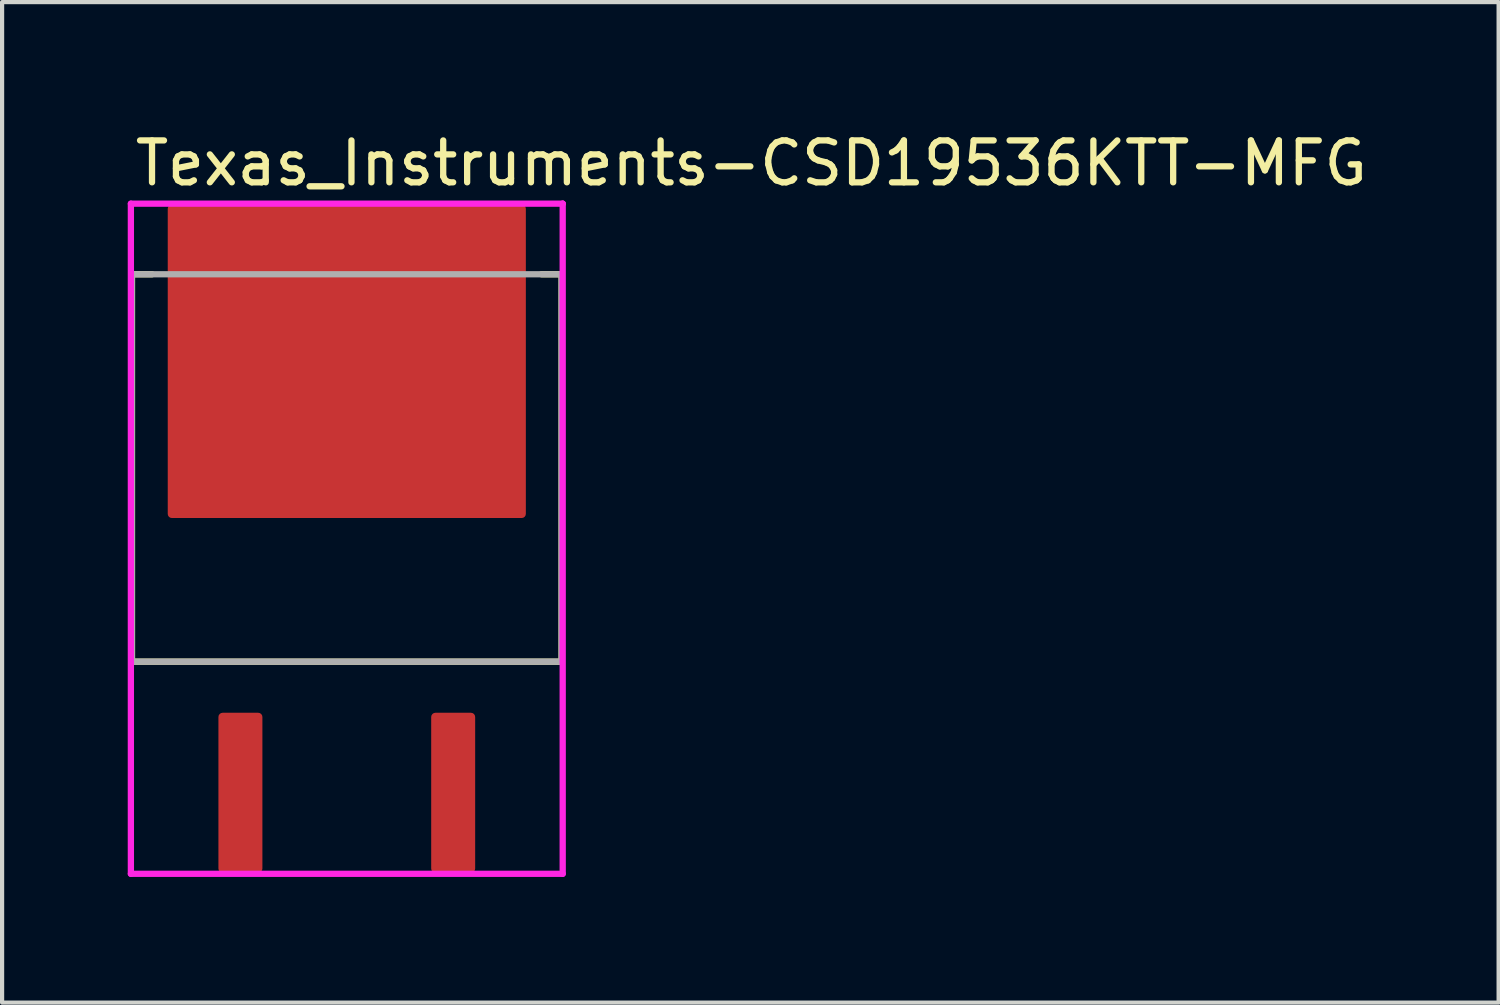
<source format=kicad_pcb>
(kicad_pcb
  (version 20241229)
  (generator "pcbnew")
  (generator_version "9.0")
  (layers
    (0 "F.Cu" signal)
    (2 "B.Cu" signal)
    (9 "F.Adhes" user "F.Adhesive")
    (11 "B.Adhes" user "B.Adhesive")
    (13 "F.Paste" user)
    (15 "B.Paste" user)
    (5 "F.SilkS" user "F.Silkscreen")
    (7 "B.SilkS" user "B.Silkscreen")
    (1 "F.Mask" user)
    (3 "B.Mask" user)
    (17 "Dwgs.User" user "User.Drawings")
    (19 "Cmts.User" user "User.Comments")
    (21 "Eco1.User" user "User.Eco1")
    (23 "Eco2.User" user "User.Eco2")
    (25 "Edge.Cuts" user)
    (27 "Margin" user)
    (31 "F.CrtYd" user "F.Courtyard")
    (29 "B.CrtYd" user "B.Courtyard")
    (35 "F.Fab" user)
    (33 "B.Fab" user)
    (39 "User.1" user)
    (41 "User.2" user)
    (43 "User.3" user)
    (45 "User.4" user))
  (footprint "Texas_Instruments-CSD19536KTT-MFG"
    (layer "F.Cu")
    (at 5.23 9.813)
    (property "Reference" "Texas_Instruments-CSD19536KTT-MFG" (at -5.13 -8.965 0) (layer "F.SilkS") (effects (font (size 1 1) (thickness 0.15)) (justify left)))
    (attr through_hole)
    (fp_line (start -5.13 -6.315) (end -4.65 -6.315) (stroke (width 0.15) (type solid)) (layer "F.SilkS"))
    (fp_line (start -5.13 2.935) (end -5.13 -6.315) (stroke (width 0.15) (type solid)) (layer "F.SilkS"))
    (fp_line (start -5.13 2.935) (end 5.13 2.935) (stroke (width 0.15) (type solid)) (layer "F.SilkS"))
    (fp_line (start 4.65 -6.315) (end 5.13 -6.315) (stroke (width 0.15) (type solid)) (layer "F.SilkS"))
    (fp_line (start 5.13 2.935) (end 5.13 -6.315) (stroke (width 0.15) (type solid)) (layer "F.SilkS"))
    (fp_line (start -5.155 -8) (end -5.155 8) (stroke (width 0.15) (type solid)) (layer "F.CrtYd"))
    (fp_line (start -5.155 8) (end 5.155 8) (stroke (width 0.15) (type solid)) (layer "F.CrtYd"))
    (fp_line (start 5.155 -8) (end -5.155 -8) (stroke (width 0.15) (type solid)) (layer "F.CrtYd"))
    (fp_line (start 5.155 -8) (end 5.155 -8) (stroke (width 0.15) (type solid)) (layer "F.CrtYd"))
    (fp_line (start 5.155 8) (end 5.155 -8) (stroke (width 0.15) (type solid)) (layer "F.CrtYd"))
    (fp_line (start -5.13 -6.315) (end 5.13 -6.315) (stroke (width 0.15) (type solid)) (layer "F.Fab"))
    (fp_line (start -5.13 2.935) (end -5.13 -6.315) (stroke (width 0.15) (type solid)) (layer "F.Fab"))
    (fp_line (start 5.13 -6.315) (end 5.13 2.935) (stroke (width 0.15) (type solid)) (layer "F.Fab"))
    (fp_line (start 5.13 2.935) (end -5.13 2.935) (stroke (width 0.15) (type solid)) (layer "F.Fab"))
    (pad "" smd roundrect (at -3.45 -7.16) (size 0.95 0.97) (layers "F.Paste") (roundrect_rratio 0.105))
    (pad "" smd roundrect (at -3.45 -5.99) (size 0.95 0.97) (layers "F.Paste") (roundrect_rratio 0.105))
    (pad "" smd roundrect (at -3.45 -4.82) (size 0.95 0.97) (layers "F.Paste") (roundrect_rratio 0.105))
    (pad "" smd roundrect (at -3.45 -3.65) (size 0.95 0.97) (layers "F.Paste") (roundrect_rratio 0.105))
    (pad "" smd roundrect (at -3.45 -2.48) (size 0.95 0.97) (layers "F.Paste") (roundrect_rratio 0.105))
    (pad "" smd roundrect (at -3.45 -1.31) (size 0.95 0.97) (layers "F.Paste") (roundrect_rratio 0.105))
    (pad "" smd roundrect (at -2.3 -7.16) (size 0.95 0.97) (layers "F.Paste") (roundrect_rratio 0.105))
    (pad "" smd roundrect (at -2.3 -5.99) (size 0.95 0.97) (layers "F.Paste") (roundrect_rratio 0.105))
    (pad "" smd roundrect (at -2.3 -4.82) (size 0.95 0.97) (layers "F.Paste") (roundrect_rratio 0.105))
    (pad "" smd roundrect (at -2.3 -3.65) (size 0.95 0.97) (layers "F.Paste") (roundrect_rratio 0.105))
    (pad "" smd roundrect (at -2.3 -2.48) (size 0.95 0.97) (layers "F.Paste") (roundrect_rratio 0.105))
    (pad "" smd roundrect (at -2.3 -1.31) (size 0.95 0.97) (layers "F.Paste") (roundrect_rratio 0.105))
    (pad "" smd roundrect (at -1.15 -7.16) (size 0.95 0.97) (layers "F.Paste") (roundrect_rratio 0.105))
    (pad "" smd roundrect (at -1.15 -5.99) (size 0.95 0.97) (layers "F.Paste") (roundrect_rratio 0.105))
    (pad "" smd roundrect (at -1.15 -4.82) (size 0.95 0.97) (layers "F.Paste") (roundrect_rratio 0.105))
    (pad "" smd roundrect (at -1.15 -3.65) (size 0.95 0.97) (layers "F.Paste") (roundrect_rratio 0.105))
    (pad "" smd roundrect (at -1.15 -2.48) (size 0.95 0.97) (layers "F.Paste") (roundrect_rratio 0.105))
    (pad "" smd roundrect (at -1.15 -1.31) (size 0.95 0.97) (layers "F.Paste") (roundrect_rratio 0.105))
    (pad "" smd roundrect (at 0 -7.16) (size 0.95 0.97) (layers "F.Paste") (roundrect_rratio 0.105))
    (pad "" smd roundrect (at 0 -5.99) (size 0.95 0.97) (layers "F.Paste") (roundrect_rratio 0.105))
    (pad "" smd roundrect (at 0 -4.82) (size 0.95 0.97) (layers "F.Paste") (roundrect_rratio 0.105))
    (pad "" smd roundrect (at 0 -3.65) (size 0.95 0.97) (layers "F.Paste") (roundrect_rratio 0.105))
    (pad "" smd roundrect (at 0 -2.48) (size 0.95 0.97) (layers "F.Paste") (roundrect_rratio 0.105))
    (pad "" smd roundrect (at 0 -1.31) (size 0.95 0.97) (layers "F.Paste") (roundrect_rratio 0.105))
    (pad "" smd roundrect (at 1.15 -7.16) (size 0.95 0.97) (layers "F.Paste") (roundrect_rratio 0.105))
    (pad "" smd roundrect (at 1.15 -5.99) (size 0.95 0.97) (layers "F.Paste") (roundrect_rratio 0.105))
    (pad "" smd roundrect (at 1.15 -4.82) (size 0.95 0.97) (layers "F.Paste") (roundrect_rratio 0.105))
    (pad "" smd roundrect (at 1.15 -3.65) (size 0.95 0.97) (layers "F.Paste") (roundrect_rratio 0.105))
    (pad "" smd roundrect (at 1.15 -2.48) (size 0.95 0.97) (layers "F.Paste") (roundrect_rratio 0.105))
    (pad "" smd roundrect (at 1.15 -1.31) (size 0.95 0.97) (layers "F.Paste") (roundrect_rratio 0.105))
    (pad "" smd roundrect (at 2.3 -7.16) (size 0.95 0.97) (layers "F.Paste") (roundrect_rratio 0.105))
    (pad "" smd roundrect (at 2.3 -5.99) (size 0.95 0.97) (layers "F.Paste") (roundrect_rratio 0.105))
    (pad "" smd roundrect (at 2.3 -4.82) (size 0.95 0.97) (layers "F.Paste") (roundrect_rratio 0.105))
    (pad "" smd roundrect (at 2.3 -3.65) (size 0.95 0.97) (layers "F.Paste") (roundrect_rratio 0.105))
    (pad "" smd roundrect (at 2.3 -2.48) (size 0.95 0.97) (layers "F.Paste") (roundrect_rratio 0.105))
    (pad "" smd roundrect (at 2.3 -1.31) (size 0.95 0.97) (layers "F.Paste") (roundrect_rratio 0.105))
    (pad "" smd roundrect (at 3.45 -7.16) (size 0.95 0.97) (layers "F.Paste") (roundrect_rratio 0.105))
    (pad "" smd roundrect (at 3.45 -5.99) (size 0.95 0.97) (layers "F.Paste") (roundrect_rratio 0.105))
    (pad "" smd roundrect (at 3.45 -4.82) (size 0.95 0.97) (layers "F.Paste") (roundrect_rratio 0.105))
    (pad "" smd roundrect (at 3.45 -3.65) (size 0.95 0.97) (layers "F.Paste") (roundrect_rratio 0.105))
    (pad "" smd roundrect (at 3.45 -2.48) (size 0.95 0.97) (layers "F.Paste") (roundrect_rratio 0.105))
    (pad "" smd roundrect (at 3.45 -1.31) (size 0.95 0.97) (layers "F.Paste") (roundrect_rratio 0.105))
    (pad "1" smd roundrect (at -2.54 6.065) (size 1.05 3.82) (layers "F.Cu" "F.Mask" "F.Paste") (roundrect_rratio 0.095))
    (pad "3" smd roundrect (at 2.54 6.065) (size 1.05 3.82) (layers "F.Cu" "F.Mask" "F.Paste") (roundrect_rratio 0.095))
    (pad "4" smd roundrect (at 0 -4.235) (size 8.55 7.48) (layers "F.Cu" "F.Mask") (roundrect_rratio 0.013)))
  (gr_rect
    (start -3 -3)
    (end 32.731 20.888)
    (stroke (width 0.1) (type default))
    (fill no)
    (layer "Edge.Cuts")))
</source>
